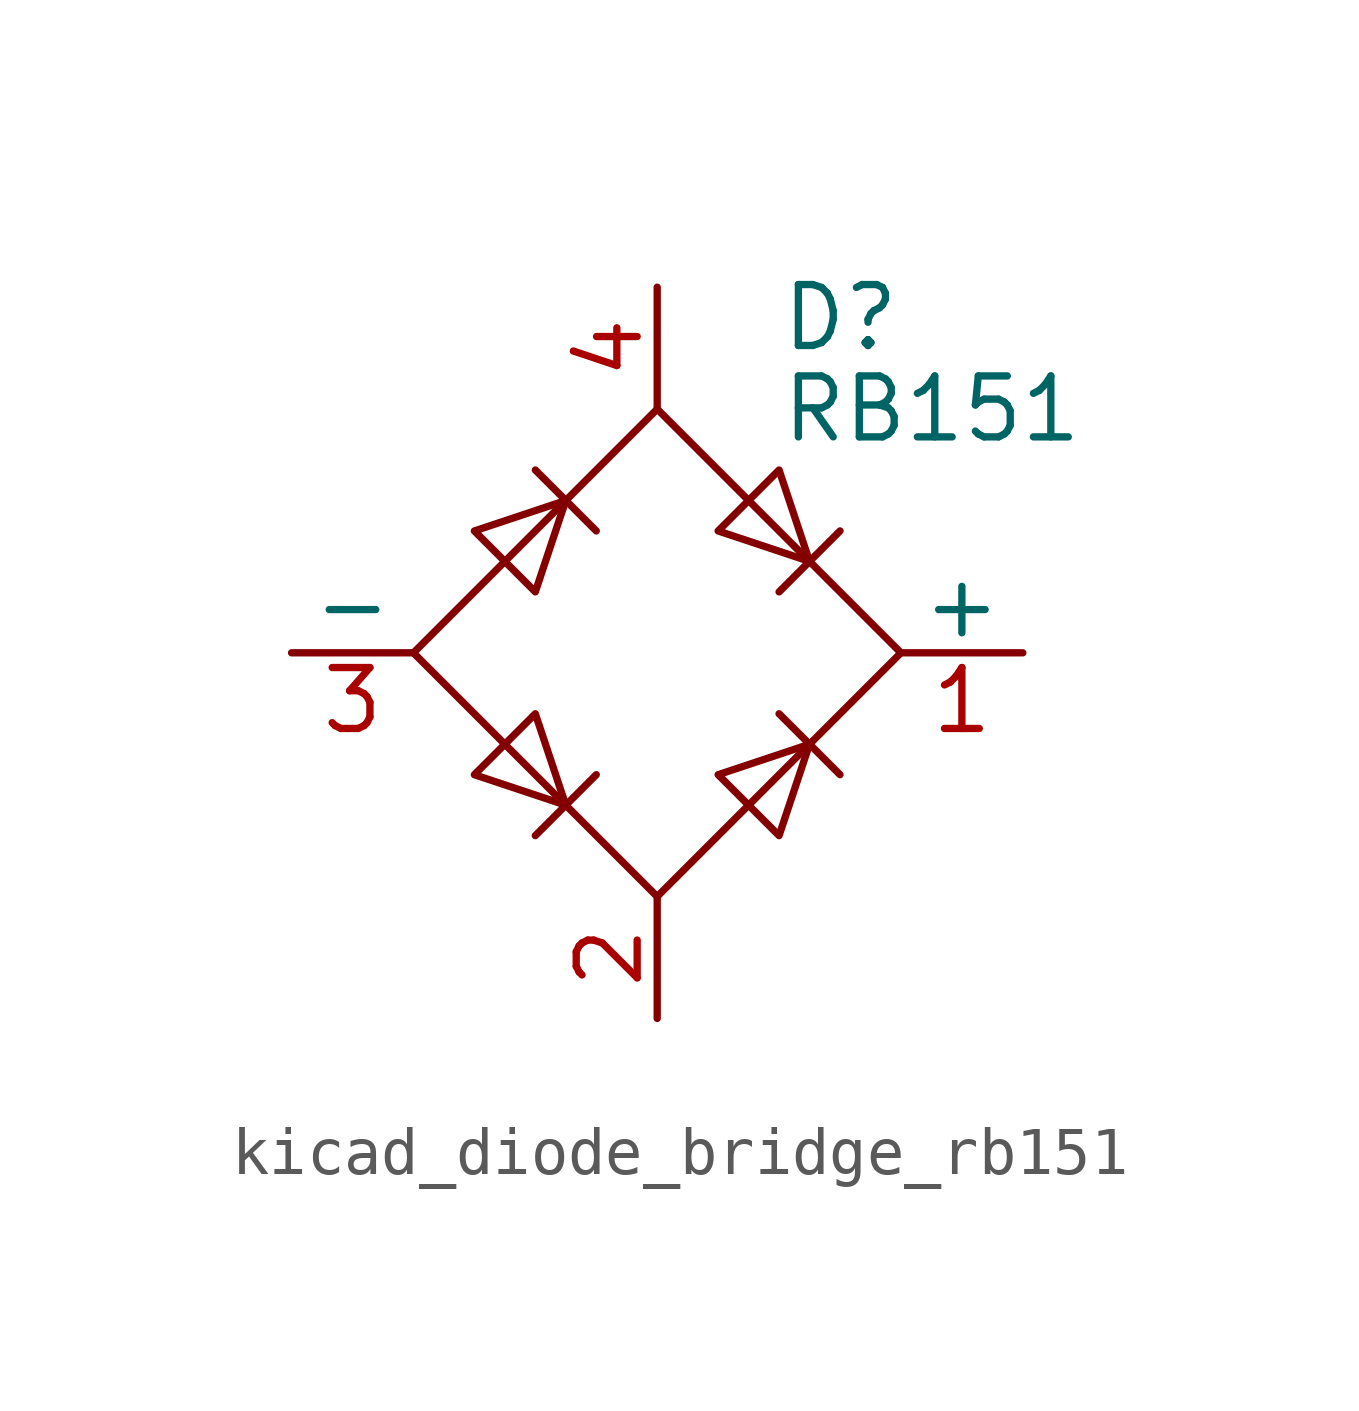
<source format=kicad_sym>
(kicad_symbol_lib
  (version 20220914)
  (generator kicad_symbol_editor)
  (symbol "kicad_diode_bridge_rb151"
    (pin_names
      (offset 0))
    (property "Reference" "D"
      (at 2.54 6.985 0)
      (effects (font (size 1.27 1.27)) (justify left)))
    (property "Value" "RB151"
      (at 2.54 5.08 0)
      (effects (font (size 1.27 1.27)) (justify left)))
    (symbol "kicad_diode_bridge_rb151_0_1"
      (polyline (pts (xy -2.54 3.81) (xy -1.27 2.54)) (stroke (width 0) (type default)) (fill (type none)))
      (polyline (pts (xy -1.27 -2.54) (xy -2.54 -3.81)) (stroke (width 0) (type default)) (fill (type none)))
      (polyline (pts (xy 2.54 -1.27) (xy 3.81 -2.54)) (stroke (width 0) (type default)) (fill (type none)))
      (polyline (pts (xy 2.54 1.27) (xy 3.81 2.54)) (stroke (width 0) (type default)) (fill (type none)))
      (polyline (pts (xy -3.81 2.54) (xy -2.54 1.27) (xy -1.905 3.175) (xy -3.81 2.54)) (stroke (width 0) (type default)) (fill (type none)))
      (polyline (pts (xy -2.54 -1.27) (xy -3.81 -2.54) (xy -1.905 -3.175) (xy -2.54 -1.27)) (stroke (width 0) (type default)) (fill (type none)))
      (polyline (pts (xy 1.27 2.54) (xy 2.54 3.81) (xy 3.175 1.905) (xy 1.27 2.54)) (stroke (width 0) (type default)) (fill (type none)))
      (polyline (pts (xy 3.175 -1.905) (xy 1.27 -2.54) (xy 2.54 -3.81) (xy 3.175 -1.905)) (stroke (width 0) (type default)) (fill (type none)))
      (polyline (pts (xy -5.08 0) (xy 0 -5.08) (xy 5.08 0) (xy 0 5.08) (xy -5.08 0)) (stroke (width 0) (type default)) (fill (type none))))
    (symbol "kicad_diode_bridge_rb151_1_1"
      (pin passive line (at 7.62 0 180) (length 2.54) (name "+" (effects (font (size 1.27 1.27)))) (number "1" (effects (font (size 1.27 1.27)))))
      (pin passive line (at 0 -7.62 90) (length 2.54) (name "~" (effects (font (size 1.27 1.27)))) (number "2" (effects (font (size 1.27 1.27)))))
      (pin passive line (at -7.62 0 0) (length 2.54) (name "-" (effects (font (size 1.27 1.27)))) (number "3" (effects (font (size 1.27 1.27)))))
      (pin passive line (at 0 7.62 270) (length 2.54) (name "~" (effects (font (size 1.27 1.27)))) (number "4" (effects (font (size 1.27 1.27))))))))
</source>
